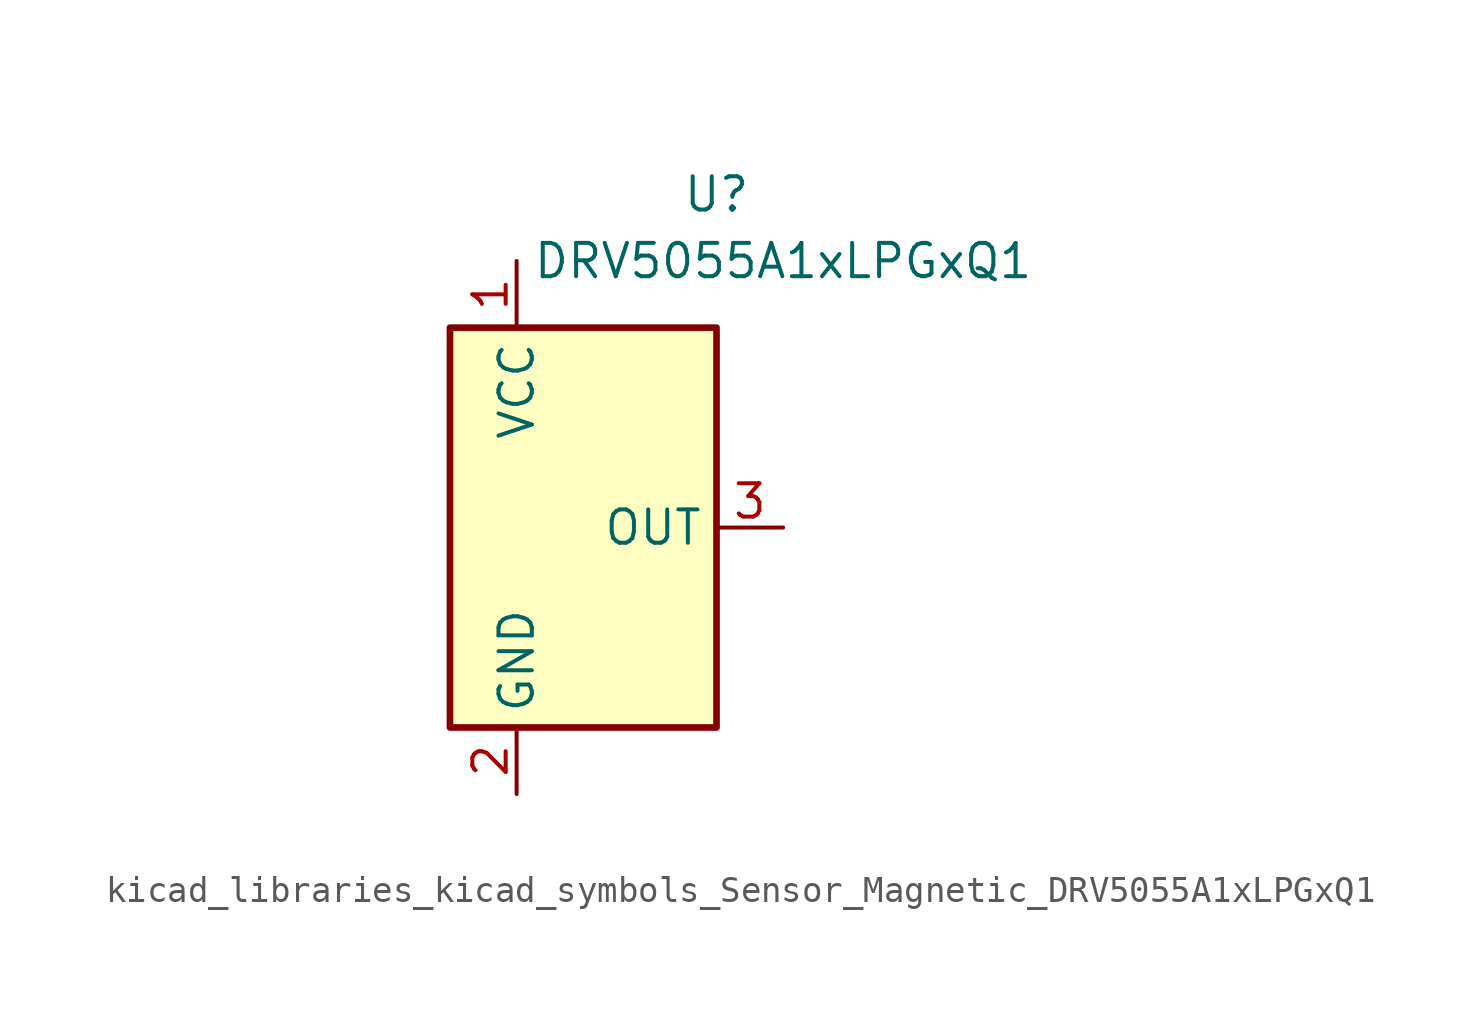
<source format=kicad_sym>
(kicad_symbol_lib
  (version 20220914)
  (generator kicad_symbol_editor)
  (symbol "kicad_libraries_kicad_symbols_Sensor_Magnetic_DRV5055A1xLPGxQ1"
    (property "Reference" "U"
      (at 5.08 12.7 0)
      (effects (font (size 1.27 1.27))))
    (property "Value" "DRV5055A1xLPGxQ1"
      (at 7.62 10.16 0)
      (effects (font (size 1.27 1.27))))
    (symbol "kicad_libraries_kicad_symbols_Sensor_Magnetic_DRV5055A1xLPGxQ1_1_1"
      (rectangle (start -5.08 7.62) (end 5.08 -7.62) (stroke (width 0.254) (type default)) (fill (type background)))
      (pin power_in line (at -2.54 10.16 270) (length 2.54) (name "VCC" (effects (font (size 1.27 1.27)))) (number "1" (effects (font (size 1.27 1.27)))))
      (pin power_in line (at -2.54 -10.16 90) (length 2.54) (name "GND" (effects (font (size 1.27 1.27)))) (number "2" (effects (font (size 1.27 1.27)))))
      (pin output line (at 7.62 0 180) (length 2.54) (name "OUT" (effects (font (size 1.27 1.27)))) (number "3" (effects (font (size 1.27 1.27))))))))
</source>
